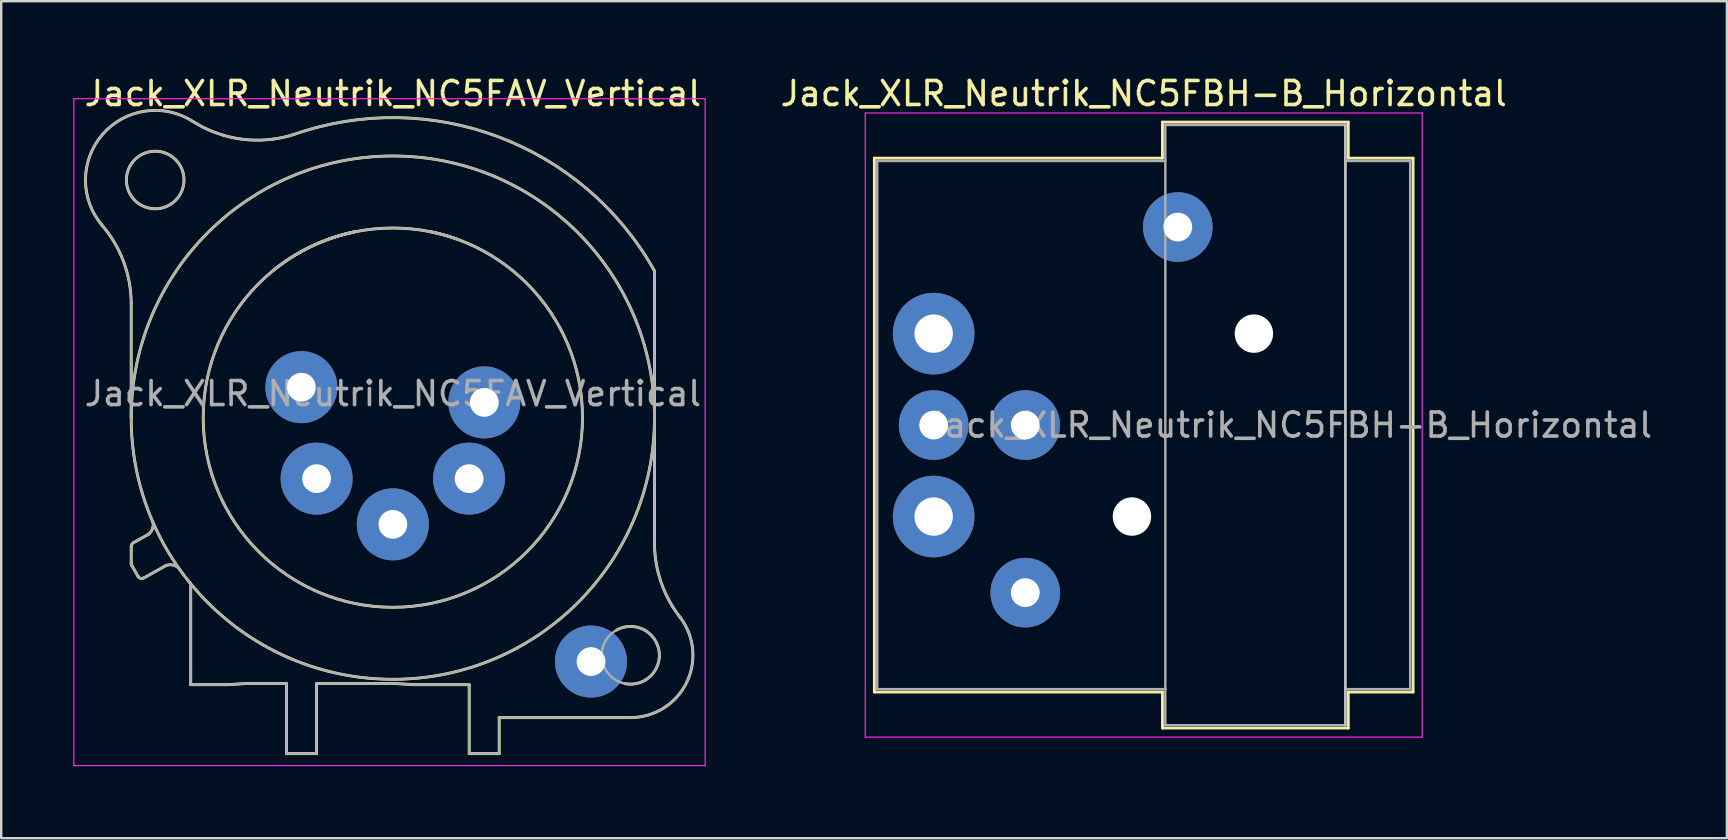
<source format=kicad_pcb>
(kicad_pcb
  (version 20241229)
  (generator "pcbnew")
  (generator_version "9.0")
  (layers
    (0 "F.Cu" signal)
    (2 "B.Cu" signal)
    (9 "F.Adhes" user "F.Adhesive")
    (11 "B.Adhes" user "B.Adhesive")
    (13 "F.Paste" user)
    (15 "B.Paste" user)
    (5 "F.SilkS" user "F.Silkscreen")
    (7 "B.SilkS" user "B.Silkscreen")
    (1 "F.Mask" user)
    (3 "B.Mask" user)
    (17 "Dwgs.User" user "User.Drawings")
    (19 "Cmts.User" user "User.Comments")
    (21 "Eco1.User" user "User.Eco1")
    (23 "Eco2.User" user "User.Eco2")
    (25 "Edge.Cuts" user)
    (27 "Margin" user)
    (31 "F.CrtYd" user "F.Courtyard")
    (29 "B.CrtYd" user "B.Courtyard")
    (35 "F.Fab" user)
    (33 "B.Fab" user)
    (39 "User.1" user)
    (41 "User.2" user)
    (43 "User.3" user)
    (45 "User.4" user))
  (footprint "Jack_XLR_Neutrik_NC5FBH-B_Horizontal"
    (layer "F.Cu")
    (at 35.844 10.848)
    (property "Reference" "Jack_XLR_Neutrik_NC5FBH-B_Horizontal" (at 8.75 -10 0) (layer "F.SilkS") (effects (font (size 1 1) (thickness 0.15))))
    (attr through_hole)
    (fp_line (start -2.47 -7.31) (end -2.47 14.93) (stroke (width 0.12) (type solid)) (layer "F.SilkS"))
    (fp_line (start 9.53 -7.31) (end -2.47 -7.31) (stroke (width 0.12) (type solid)) (layer "F.SilkS"))
    (fp_line (start 9.53 -7.31) (end 9.53 -8.81) (stroke (width 0.12) (type solid)) (layer "F.SilkS"))
    (fp_line (start 9.53 14.93) (end -2.47 14.93) (stroke (width 0.12) (type solid)) (layer "F.SilkS"))
    (fp_line (start 9.53 16.43) (end 9.53 14.93) (stroke (width 0.12) (type solid)) (layer "F.SilkS"))
    (fp_line (start 17.27 -8.81) (end 9.53 -8.81) (stroke (width 0.12) (type solid)) (layer "F.SilkS"))
    (fp_line (start 17.27 -8.81) (end 17.27 -7.31) (stroke (width 0.12) (type solid)) (layer "F.SilkS"))
    (fp_line (start 17.27 -7.31) (end 19.97 -7.31) (stroke (width 0.12) (type solid)) (layer "F.SilkS"))
    (fp_line (start 17.27 14.93) (end 17.27 16.43) (stroke (width 0.12) (type solid)) (layer "F.SilkS"))
    (fp_line (start 17.27 14.93) (end 19.97 14.93) (stroke (width 0.12) (type solid)) (layer "F.SilkS"))
    (fp_line (start 17.27 16.43) (end 9.53 16.43) (stroke (width 0.12) (type solid)) (layer "F.SilkS"))
    (fp_line (start 19.97 -7.31) (end 19.97 14.93) (stroke (width 0.12) (type solid)) (layer "F.SilkS"))
    (fp_line (start 17.15 -8.69) (end 17.15 16.31) (stroke (width 0.1) (type solid)) (layer "Dwgs.User"))
    (fp_line (start -2.85 -9.19) (end -2.85 16.81) (stroke (width 0.05) (type solid)) (layer "F.CrtYd"))
    (fp_line (start 20.35 -9.19) (end -2.85 -9.19) (stroke (width 0.05) (type solid)) (layer "F.CrtYd"))
    (fp_line (start 20.35 -9.19) (end 20.35 16.81) (stroke (width 0.05) (type solid)) (layer "F.CrtYd"))
    (fp_line (start 20.35 16.81) (end -2.85 16.81) (stroke (width 0.05) (type solid)) (layer "F.CrtYd"))
    (fp_line (start -2.35 -7.19) (end -2.35 14.81) (stroke (width 0.1) (type solid)) (layer "F.Fab"))
    (fp_line (start -2.35 14.81) (end 9.65 14.81) (stroke (width 0.1) (type solid)) (layer "F.Fab"))
    (fp_line (start 9.65 -8.69) (end 17.15 -8.69) (stroke (width 0.1) (type solid)) (layer "F.Fab"))
    (fp_line (start 9.65 -7.19) (end -2.35 -7.19) (stroke (width 0.1) (type solid)) (layer "F.Fab"))
    (fp_line (start 9.65 16.31) (end 9.65 -8.69) (stroke (width 0.1) (type solid)) (layer "F.Fab"))
    (fp_line (start 17.15 -8.69) (end 17.15 16.31) (stroke (width 0.1) (type solid)) (layer "F.Fab"))
    (fp_line (start 17.15 -7.19) (end 19.85 -7.19) (stroke (width 0.1) (type solid)) (layer "F.Fab"))
    (fp_line (start 17.15 16.31) (end 9.65 16.31) (stroke (width 0.1) (type solid)) (layer "F.Fab"))
    (fp_line (start 19.85 -7.19) (end 19.85 14.81) (stroke (width 0.1) (type solid)) (layer "F.Fab"))
    (fp_line (start 19.85 14.81) (end 17.15 14.81) (stroke (width 0.1) (type solid)) (layer "F.Fab"))
    (fp_text user "${REFERENCE}" (at 14.8 3.81 0) (layer "F.Fab") (effects (font (size 1 1) (thickness 0.15))))
    (pad "" np_thru_hole circle (at 8.26 7.62) (size 1.6 1.6) (drill 1.6) (layers "*.Cu" "*.Mask"))
    (pad "" np_thru_hole circle (at 13.34 0) (size 1.6 1.6) (drill 1.6) (layers "*.Cu" "*.Mask"))
    (pad "1" thru_hole circle (at 0 0) (size 3.4 3.4) (drill 1.6) (layers "*.Cu" "*.Mask"))
    (pad "2" thru_hole circle (at 3.815 3.81) (size 2.9 2.9) (drill 1.2) (layers "*.Cu" "*.Mask"))
    (pad "3" thru_hole circle (at 0 3.81) (size 2.9 2.9) (drill 1.2) (layers "*.Cu" "*.Mask"))
    (pad "4" thru_hole circle (at 3.815 10.79) (size 2.9 2.9) (drill 1.2) (layers "*.Cu" "*.Mask"))
    (pad "5" thru_hole circle (at 0 7.62) (size 3.4 3.4) (drill 1.6) (layers "*.Cu" "*.Mask"))
    (pad "G" thru_hole circle (at 10.17 -4.44) (size 2.9 2.9) (drill 1.2) (layers "*.Cu" "*.Mask")))
  (footprint "Jack_XLR_Neutrik_NC5FAV_Vertical"
    (layer "F.Cu")
    (at 17.125 13.713)
    (property "Reference" "Jack_XLR_Neutrik_NC5FAV_Vertical" (at -3.81 -12.865 0) (layer "F.SilkS") (effects (font (size 1 1) (thickness 0.15))))
    (attr through_hole)
    (fp_line (start -14.71 0.635) (end -14.71 -4.13) (stroke (width 0.12) (type solid)) (layer "F.SilkS"))
    (fp_line (start -14.71 6.01) (end -14.71 6.7) (stroke (width 0.12) (type solid)) (layer "F.SilkS"))
    (fp_line (start -14.68 6.8) (end -14.43 7.24) (stroke (width 0.12) (type solid)) (layer "F.SilkS"))
    (fp_line (start -14.61 5.84) (end -14 5.5) (stroke (width 0.12) (type solid)) (layer "F.SilkS"))
    (fp_line (start -14.16 7.3) (end -13.27 6.8) (stroke (width 0.12) (type solid)) (layer "F.SilkS"))
    (fp_line (start -12.23 11.76) (end -12.23 7.62) (stroke (width 0.12) (type solid)) (layer "F.SilkS"))
    (fp_line (start -10.73 11.76) (end -12.23 11.76) (stroke (width 0.12) (type solid)) (layer "F.SilkS"))
    (fp_line (start -9.89 11.71) (end -10.73 11.76) (stroke (width 0.12) (type solid)) (layer "F.SilkS"))
    (fp_line (start -8.24 11.71) (end -9.89 11.71) (stroke (width 0.12) (type solid)) (layer "F.SilkS"))
    (fp_line (start -8.24 11.71) (end -8.24 14.63) (stroke (width 0.12) (type solid)) (layer "F.SilkS"))
    (fp_line (start -6.99 14.63) (end -8.24 14.63) (stroke (width 0.12) (type solid)) (layer "F.SilkS"))
    (fp_line (start -6.99 14.63) (end -6.99 11.71) (stroke (width 0.12) (type solid)) (layer "F.SilkS"))
    (fp_line (start -3.73 11.71) (end -6.99 11.71) (stroke (width 0.12) (type solid)) (layer "F.SilkS"))
    (fp_line (start -2.89 11.76) (end -3.73 11.71) (stroke (width 0.12) (type solid)) (layer "F.SilkS"))
    (fp_line (start -0.63 11.76) (end -2.89 11.76) (stroke (width 0.12) (type solid)) (layer "F.SilkS"))
    (fp_line (start -0.63 11.76) (end -0.63 14.63) (stroke (width 0.12) (type solid)) (layer "F.SilkS"))
    (fp_line (start 0.62 14.63) (end -0.63 14.63) (stroke (width 0.12) (type solid)) (layer "F.SilkS"))
    (fp_line (start 0.62 14.63) (end 0.62 13.13) (stroke (width 0.12) (type solid)) (layer "F.SilkS"))
    (fp_line (start 6.09 13.13) (end 0.62 13.13) (stroke (width 0.12) (type solid)) (layer "F.SilkS"))
    (fp_line (start 7.09 -5.43) (end 7.09 5.87) (stroke (width 0.12) (type solid)) (layer "F.SilkS"))
    (fp_arc (start -15.929066 -7.385564) (mid -15.028115 -5.866905) (end -14.71 -4.13) (stroke (width 0.12) (type solid)) (layer "F.SilkS"))
    (fp_arc (start -15.918146 -7.373153) (mid -15.902506 -11.164998) (end -12.15 -11.71) (stroke (width 0.12) (type solid)) (layer "F.SilkS"))
    (fp_arc (start -14.709743 6.009652) (mid -14.682878 5.9113) (end -14.61 5.84) (stroke (width 0.12) (type solid)) (layer "F.SilkS"))
    (fp_arc (start -14.682649 6.795385) (mid -14.703027 6.749614) (end -14.71 6.7) (stroke (width 0.12) (type solid)) (layer "F.SilkS"))
    (fp_arc (start -14.160142 7.297076) (mid -14.307987 7.329603) (end -14.43 7.24) (stroke (width 0.12) (type solid)) (layer "F.SilkS"))
    (fp_arc (start -13.801628 4.991381) (mid -13.826689 5.274601) (end -14 5.5) (stroke (width 0.12) (type solid)) (layer "F.SilkS"))
    (fp_arc (start -13.27 6.8) (mid -12.979462 6.773118) (end -12.722228 6.910835) (stroke (width 0.12) (type solid)) (layer "F.SilkS"))
    (fp_arc (start -12.267885 7.513016) (mid -12.239751 7.563253) (end -12.23 7.62) (stroke (width 0.12) (type solid)) (layer "F.SilkS"))
    (fp_arc (start -10.874228 -11.129536) (mid -11.532536 -11.374883) (end -12.15 -11.71) (stroke (width 0.12) (type solid)) (layer "F.SilkS"))
    (fp_arc (start -8.842926 -5.457584) (mid -7.213275 -6.497156) (end -5.38 -7.11) (stroke (width 0.12) (type solid)) (layer "F.SilkS"))
    (fp_arc (start -8.78758 -10.969733) (mid -9.842283 -10.938982) (end -10.88 -11.13) (stroke (width 0.12) (type solid)) (layer "F.SilkS"))
    (fp_arc (start -7.953762 -11.154656) (mid -8.367971 -11.044621) (end -8.79 -10.97) (stroke (width 0.12) (type solid)) (layer "F.SilkS"))
    (fp_arc (start -7.952655 -11.154934) (mid 0.574548 -11.067131) (end 7.06 -5.53) (stroke (width 0.12) (type solid)) (layer "F.SilkS"))
    (fp_arc (start -6.455617 -6.811518) (mid -5.923085 -6.979774) (end -5.38 -7.11) (stroke (width 0.12) (type solid)) (layer "F.SilkS"))
    (fp_arc (start -2.235447 -7.109114) (mid -1.692436 -6.978569) (end -1.16 -6.81) (stroke (width 0.12) (type solid)) (layer "F.SilkS"))
    (fp_arc (start 5.507701 9.483226) (mid 7.277502 10.347546) (end 5.86 11.715) (stroke (width 0.12) (type solid)) (layer "F.SilkS"))
    (fp_arc (start 7.056349 -5.537362) (mid 7.080146 -5.485866) (end 7.09 -5.43) (stroke (width 0.12) (type solid)) (layer "F.SilkS"))
    (fp_arc (start 8.152719 8.94722) (mid 8.42187 11.679951) (end 6.09 13.13) (stroke (width 0.12) (type solid)) (layer "F.SilkS"))
    (fp_arc (start 8.154941 8.951603) (mid 7.36532 7.499668) (end 7.09 5.87) (stroke (width 0.12) (type solid)) (layer "F.SilkS"))
    (fp_circle (center -13.71 -9.265) (end -12.51 -9.265) (stroke (width 0.12) (type solid)) (fill no) (layer "F.SilkS"))
    (fp_circle (center -3.81 0.635) (end 4.09 0.635) (stroke (width 0.12) (type solid)) (fill no) (layer "F.SilkS"))
    (fp_circle (center -3.81 0.635) (end 7.09 0.635) (stroke (width 0.12) (type solid)) (fill no) (layer "F.SilkS"))
    (fp_line (start -17.1 -12.65) (end 9.2 -12.65) (stroke (width 0.05) (type solid)) (layer "F.CrtYd"))
    (fp_line (start -17.1 15.13) (end -17.1 -12.65) (stroke (width 0.05) (type solid)) (layer "F.CrtYd"))
    (fp_line (start 9.2 -12.65) (end 9.2 15.13) (stroke (width 0.05) (type solid)) (layer "F.CrtYd"))
    (fp_line (start 9.2 15.13) (end -17.1 15.13) (stroke (width 0.05) (type solid)) (layer "F.CrtYd"))
    (fp_line (start -14.71 0.635) (end -14.71 -4.13) (stroke (width 0.1) (type solid)) (layer "F.Fab"))
    (fp_line (start -14.71 6.01) (end -14.71 6.7) (stroke (width 0.1) (type solid)) (layer "F.Fab"))
    (fp_line (start -14.68 6.8) (end -14.43 7.24) (stroke (width 0.1) (type solid)) (layer "F.Fab"))
    (fp_line (start -14.61 5.84) (end -14 5.5) (stroke (width 0.1) (type solid)) (layer "F.Fab"))
    (fp_line (start -14.16 7.3) (end -13.27 6.8) (stroke (width 0.1) (type solid)) (layer "F.Fab"))
    (fp_line (start -12.23 11.76) (end -12.23 7.62) (stroke (width 0.1) (type solid)) (layer "F.Fab"))
    (fp_line (start -10.73 11.76) (end -12.23 11.76) (stroke (width 0.1) (type solid)) (layer "F.Fab"))
    (fp_line (start -9.89 11.71) (end -10.73 11.76) (stroke (width 0.1) (type solid)) (layer "F.Fab"))
    (fp_line (start -8.24 11.71) (end -9.89 11.71) (stroke (width 0.1) (type solid)) (layer "F.Fab"))
    (fp_line (start -8.24 11.71) (end -8.24 14.63) (stroke (width 0.1) (type solid)) (layer "F.Fab"))
    (fp_line (start -6.99 14.63) (end -8.24 14.63) (stroke (width 0.1) (type solid)) (layer "F.Fab"))
    (fp_line (start -6.99 14.63) (end -6.99 11.71) (stroke (width 0.1) (type solid)) (layer "F.Fab"))
    (fp_line (start -3.73 11.71) (end -6.99 11.71) (stroke (width 0.1) (type solid)) (layer "F.Fab"))
    (fp_line (start -2.89 11.76) (end -3.73 11.71) (stroke (width 0.1) (type solid)) (layer "F.Fab"))
    (fp_line (start -0.63 11.76) (end -2.89 11.76) (stroke (width 0.1) (type solid)) (layer "F.Fab"))
    (fp_line (start -0.63 11.76) (end -0.63 14.63) (stroke (width 0.1) (type solid)) (layer "F.Fab"))
    (fp_line (start 0.62 14.63) (end -0.63 14.63) (stroke (width 0.1) (type solid)) (layer "F.Fab"))
    (fp_line (start 0.62 14.63) (end 0.62 13.13) (stroke (width 0.1) (type solid)) (layer "F.Fab"))
    (fp_line (start 6.09 13.13) (end 0.62 13.13) (stroke (width 0.1) (type solid)) (layer "F.Fab"))
    (fp_line (start 7.09 -5.43) (end 7.09 5.87) (stroke (width 0.1) (type solid)) (layer "F.Fab"))
    (fp_arc (start -15.929066 -7.385564) (mid -15.028115 -5.866905) (end -14.71 -4.13) (stroke (width 0.1) (type solid)) (layer "F.Fab"))
    (fp_arc (start -15.918146 -7.373153) (mid -15.902506 -11.164998) (end -12.15 -11.71) (stroke (width 0.1) (type solid)) (layer "F.Fab"))
    (fp_arc (start -14.709743 6.009652) (mid -14.682878 5.9113) (end -14.61 5.84) (stroke (width 0.1) (type solid)) (layer "F.Fab"))
    (fp_arc (start -14.682649 6.795385) (mid -14.703027 6.749614) (end -14.71 6.7) (stroke (width 0.1) (type solid)) (layer "F.Fab"))
    (fp_arc (start -14.160142 7.297076) (mid -14.307987 7.329603) (end -14.43 7.24) (stroke (width 0.1) (type solid)) (layer "F.Fab"))
    (fp_arc (start -13.801628 4.991381) (mid -13.826689 5.274601) (end -14 5.5) (stroke (width 0.1) (type solid)) (layer "F.Fab"))
    (fp_arc (start -13.27 6.8) (mid -12.979462 6.773118) (end -12.722228 6.910835) (stroke (width 0.1) (type solid)) (layer "F.Fab"))
    (fp_arc (start -12.267885 7.513016) (mid -12.239751 7.563253) (end -12.23 7.62) (stroke (width 0.1) (type solid)) (layer "F.Fab"))
    (fp_arc (start -10.874228 -11.129536) (mid -11.532536 -11.374883) (end -12.15 -11.71) (stroke (width 0.1) (type solid)) (layer "F.Fab"))
    (fp_arc (start -8.842926 -5.457584) (mid -7.213275 -6.497156) (end -5.38 -7.11) (stroke (width 0.1) (type solid)) (layer "F.Fab"))
    (fp_arc (start -8.78758 -10.969733) (mid -9.842283 -10.938982) (end -10.88 -11.13) (stroke (width 0.1) (type solid)) (layer "F.Fab"))
    (fp_arc (start -7.953762 -11.154656) (mid -8.367971 -11.044621) (end -8.79 -10.97) (stroke (width 0.1) (type solid)) (layer "F.Fab"))
    (fp_arc (start -7.952655 -11.154934) (mid 0.574548 -11.067131) (end 7.06 -5.53) (stroke (width 0.1) (type solid)) (layer "F.Fab"))
    (fp_arc (start -6.455617 -6.811518) (mid -5.923085 -6.979774) (end -5.38 -7.11) (stroke (width 0.1) (type solid)) (layer "F.Fab"))
    (fp_arc (start -2.235447 -7.109114) (mid -1.692436 -6.978569) (end -1.16 -6.81) (stroke (width 0.1) (type solid)) (layer "F.Fab"))
    (fp_arc (start 7.056349 -5.537362) (mid 7.080146 -5.485866) (end 7.09 -5.43) (stroke (width 0.1) (type solid)) (layer "F.Fab"))
    (fp_arc (start 8.152719 8.94722) (mid 8.42187 11.679951) (end 6.09 13.13) (stroke (width 0.1) (type solid)) (layer "F.Fab"))
    (fp_arc (start 8.154941 8.951603) (mid 7.36532 7.499668) (end 7.09 5.87) (stroke (width 0.1) (type solid)) (layer "F.Fab"))
    (fp_circle (center -13.71 -9.265) (end -12.51 -9.265) (stroke (width 0.1) (type solid)) (fill no) (layer "F.Fab"))
    (fp_circle (center -3.81 0.635) (end 4.09 0.635) (stroke (width 0.1) (type solid)) (fill no) (layer "F.Fab"))
    (fp_circle (center -3.81 0.635) (end 7.09 0.635) (stroke (width 0.1) (type solid)) (fill no) (layer "F.Fab"))
    (fp_circle (center 6.09 10.535) (end 7.29 10.535) (stroke (width 0.1) (type solid)) (fill no) (layer "F.Fab"))
    (fp_text user "${REFERENCE}" (at -3.81 -0.365 0) (layer "F.Fab") (effects (font (size 1 1) (thickness 0.15))))
    (pad "1" thru_hole circle (at 0 0) (size 3 3) (drill 1.2) (layers "*.Cu" "*.Mask"))
    (pad "2" thru_hole circle (at -0.635 3.175) (size 3 3) (drill 1.2) (layers "*.Cu" "*.Mask"))
    (pad "3" thru_hole circle (at -3.81 5.08) (size 3 3) (drill 1.2) (layers "*.Cu" "*.Mask"))
    (pad "4" thru_hole circle (at -6.985 3.175) (size 3 3) (drill 1.2) (layers "*.Cu" "*.Mask"))
    (pad "5" thru_hole circle (at -7.62 -0.635) (size 3 3) (drill 1.2) (layers "*.Cu" "*.Mask"))
    (pad "G" thru_hole circle (at 4.445 10.795) (size 3 3) (drill 1.2) (layers "*.Cu" "*.Mask")))
  (gr_rect
    (start -3 -3)
    (end 68.888 31.868)
    (stroke (width 0.1) (type default))
    (fill no)
    (layer "Edge.Cuts")))
</source>
